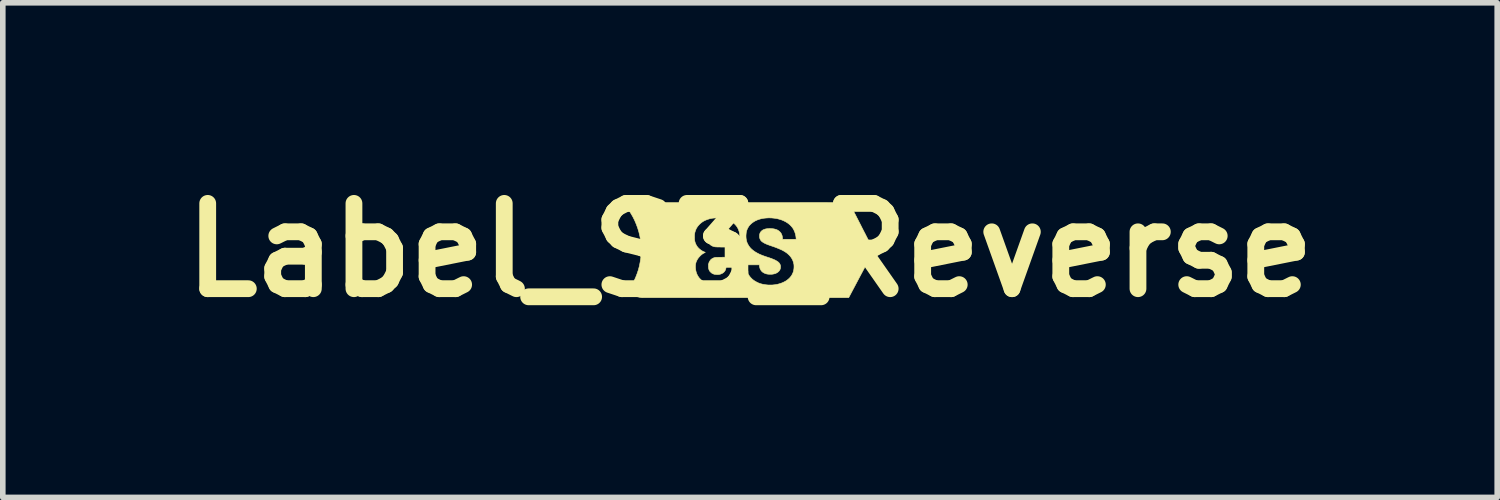
<source format=kicad_pcb>
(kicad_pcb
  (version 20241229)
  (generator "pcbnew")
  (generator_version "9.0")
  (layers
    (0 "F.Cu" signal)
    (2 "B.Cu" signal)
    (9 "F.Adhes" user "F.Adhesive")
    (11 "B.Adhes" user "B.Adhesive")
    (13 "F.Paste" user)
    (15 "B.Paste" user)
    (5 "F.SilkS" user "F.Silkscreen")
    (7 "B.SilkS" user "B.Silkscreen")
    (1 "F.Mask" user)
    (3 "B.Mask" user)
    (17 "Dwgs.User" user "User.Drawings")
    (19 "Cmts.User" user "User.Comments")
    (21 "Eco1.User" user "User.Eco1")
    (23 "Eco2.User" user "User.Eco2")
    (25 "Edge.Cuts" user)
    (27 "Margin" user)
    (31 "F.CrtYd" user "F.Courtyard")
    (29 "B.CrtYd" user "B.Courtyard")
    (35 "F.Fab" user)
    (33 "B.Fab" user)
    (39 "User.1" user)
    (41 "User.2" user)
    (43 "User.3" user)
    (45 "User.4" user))
  (footprint "Label_S3_Reverse"
    (layer "F.Cu")
    (at 10.349 1.418)
    (property "Reference" "Label_S3_Reverse" (at 0 0 0) (layer "F.SilkS") (effects (font (size 1.524 1.524) (thickness 0.3))))
    (attr through_hole)
    (fp_poly (pts (xy -1.055 -0.85) (xy -0.986 -0.85) (xy -0.914 -0.85) (xy -0.838 -0.85) (xy -0.759 -0.85) (xy -0.676 -0.85) (xy -0.589 -0.85) (xy -0.498 -0.85) (xy -0.403 -0.85) (xy -0.304 -0.85) (xy -0.201 -0.85) (xy -0.094 -0.85) (xy -0.073 -0.85) (xy 1.771 -0.849) (xy 1.979 -0.443) (xy 1.999 -0.403) (xy 2.019 -0.364) (xy 2.039 -0.325) (xy 2.058 -0.289) (xy 2.076 -0.253) (xy 2.093 -0.22) (xy 2.109 -0.188) (xy 2.124 -0.158) (xy 2.139 -0.13) (xy 2.151 -0.105) (xy 2.163 -0.083) (xy 2.173 -0.063) (xy 2.181 -0.046) (xy 2.188 -0.033) (xy 2.193 -0.023) (xy 2.197 -0.016) (xy 2.198 -0.014) (xy 2.209 0.008) (xy 1.986 0.428) (xy 1.763 0.849) (xy -0.081 0.849) (xy -0.171 0.849) (xy -0.26 0.849) (xy -0.348 0.849) (xy -0.434 0.849) (xy -0.52 0.849) (xy -0.603 0.849) (xy -0.686 0.849) (xy -0.766 0.849) (xy -0.845 0.849) (xy -0.922 0.849) (xy -0.997 0.849) (xy -1.069 0.849) (xy -1.14 0.849) (xy -1.208 0.849) (xy -1.274 0.849) (xy -1.337 0.849) (xy -1.398 0.849) (xy -1.456 0.849) (xy -1.511 0.849) (xy -1.563 0.849) (xy -1.613 0.849) (xy -1.659 0.849) (xy -1.702 0.849) (xy -1.741 0.849) (xy -1.777 0.849) (xy -1.81 0.849) (xy -1.839 0.849) (xy -1.864 0.849) (xy -1.885 0.849) (xy -1.903 0.849) (xy -1.916 0.849) (xy -1.925 0.849) (xy -1.93 0.849) (xy -1.931 0.849) (xy -1.975 0.842) (xy -2.02 0.832) (xy -2.065 0.82) (xy -2.109 0.806) (xy -2.137 0.795) (xy -2.145 0.792) (xy -2.155 0.788) (xy -2.166 0.783) (xy -2.177 0.778) (xy -2.188 0.774) (xy -2.196 0.77) (xy -2.203 0.766) (xy -2.206 0.765) (xy -2.205 0.763) (xy -2.201 0.758) (xy -2.196 0.751) (xy -2.19 0.743) (xy -2.186 0.738) (xy -2.145 0.679) (xy -2.108 0.617) (xy -2.074 0.554) (xy -2.044 0.489) (xy -2.018 0.422) (xy -1.995 0.354) (xy -1.977 0.285) (xy -1.963 0.214) (xy -1.952 0.143) (xy -1.946 0.072) (xy -1.944 -0.001) (xy -1.946 -0.073) (xy -1.952 -0.145) (xy -1.962 -0.217) (xy -1.965 -0.233) (xy -0.993 -0.233) (xy -0.992 -0.21) (xy -0.991 -0.191) (xy -0.989 -0.174) (xy -0.986 -0.158) (xy -0.982 -0.141) (xy -0.977 -0.127) (xy -0.964 -0.097) (xy -0.947 -0.068) (xy -0.926 -0.042) (xy -0.902 -0.019) (xy -0.875 0.002) (xy -0.844 0.021) (xy -0.812 0.035) (xy -0.799 0.04) (xy -0.817 0.05) (xy -0.839 0.062) (xy -0.858 0.075) (xy -0.876 0.09) (xy -0.888 0.101) (xy -0.913 0.128) (xy -0.934 0.155) (xy -0.95 0.184) (xy -0.963 0.213) (xy -0.971 0.244) (xy -0.975 0.277) (xy -0.975 0.311) (xy -0.974 0.321) (xy -0.972 0.343) (xy -0.969 0.362) (xy -0.965 0.38) (xy -0.96 0.398) (xy -0.957 0.408) (xy -0.944 0.44) (xy -0.927 0.47) (xy -0.907 0.498) (xy -0.883 0.523) (xy -0.856 0.546) (xy -0.826 0.566) (xy -0.793 0.583) (xy -0.758 0.598) (xy -0.72 0.609) (xy -0.713 0.61) (xy -0.695 0.614) (xy -0.675 0.617) (xy -0.653 0.62) (xy -0.633 0.623) (xy -0.622 0.624) (xy -0.61 0.624) (xy -0.595 0.624) (xy -0.578 0.624) (xy -0.56 0.623) (xy -0.543 0.622) (xy -0.527 0.621) (xy -0.514 0.62) (xy -0.508 0.619) (xy -0.466 0.611) (xy -0.427 0.6) (xy -0.39 0.586) (xy -0.356 0.568) (xy -0.324 0.548) (xy -0.296 0.526) (xy -0.271 0.5) (xy -0.249 0.473) (xy -0.23 0.443) (xy -0.221 0.423) (xy -0.215 0.407) (xy -0.21 0.39) (xy -0.205 0.372) (xy -0.202 0.355) (xy -0.2 0.342) (xy -0.199 0.333) (xy -0.198 0.323) (xy -0.197 0.317) (xy -0.196 0.307) (xy -0.428 0.307) (xy -0.429 0.315) (xy -0.432 0.33) (xy -0.435 0.342) (xy -0.439 0.353) (xy -0.443 0.363) (xy -0.444 0.363) (xy -0.456 0.382) (xy -0.471 0.398) (xy -0.49 0.412) (xy -0.512 0.423) (xy -0.537 0.432) (xy -0.538 0.432) (xy -0.549 0.434) (xy -0.564 0.436) (xy -0.58 0.436) (xy -0.597 0.436) (xy -0.613 0.435) (xy -0.628 0.434) (xy -0.637 0.432) (xy -0.658 0.425) (xy -0.677 0.416) (xy -0.694 0.403) (xy -0.703 0.394) (xy -0.717 0.38) (xy -0.727 0.365) (xy -0.734 0.349) (xy -0.739 0.332) (xy -0.742 0.312) (xy -0.743 0.289) (xy -0.743 0.286) (xy -0.742 0.265) (xy -0.742 0.263) (xy -0.074 0.263) (xy -0.072 0.287) (xy -0.068 0.324) (xy -0.06 0.361) (xy -0.047 0.396) (xy -0.031 0.43) (xy -0.012 0.461) (xy 0.011 0.49) (xy 0.037 0.516) (xy 0.04 0.519) (xy 0.072 0.544) (xy 0.107 0.565) (xy 0.144 0.584) (xy 0.184 0.599) (xy 0.226 0.61) (xy 0.271 0.618) (xy 0.317 0.623) (xy 0.364 0.624) (xy 0.403 0.623) (xy 0.45 0.618) (xy 0.494 0.61) (xy 0.536 0.598) (xy 0.576 0.584) (xy 0.612 0.567) (xy 0.646 0.548) (xy 0.677 0.525) (xy 0.704 0.501) (xy 0.728 0.473) (xy 0.731 0.469) (xy 0.74 0.457) (xy 0.749 0.442) (xy 0.757 0.425) (xy 0.765 0.409) (xy 0.771 0.393) (xy 0.775 0.382) (xy 0.781 0.354) (xy 0.785 0.324) (xy 0.786 0.294) (xy 0.785 0.265) (xy 0.783 0.251) (xy 0.775 0.216) (xy 0.763 0.182) (xy 0.747 0.151) (xy 0.727 0.121) (xy 0.703 0.093) (xy 0.675 0.067) (xy 0.657 0.052) (xy 0.637 0.038) (xy 0.617 0.025) (xy 0.594 0.012) (xy 0.57 -0.001) (xy 0.543 -0.013) (xy 0.513 -0.026) (xy 0.481 -0.039) (xy 0.445 -0.053) (xy 0.405 -0.067) (xy 0.384 -0.074) (xy 0.349 -0.086) (xy 0.317 -0.098) (xy 0.289 -0.109) (xy 0.265 -0.12) (xy 0.245 -0.131) (xy 0.227 -0.142) (xy 0.212 -0.153) (xy 0.2 -0.164) (xy 0.19 -0.177) (xy 0.183 -0.189) (xy 0.177 -0.203) (xy 0.172 -0.218) (xy 0.171 -0.226) (xy 0.169 -0.248) (xy 0.17 -0.27) (xy 0.174 -0.291) (xy 0.181 -0.309) (xy 0.186 -0.318) (xy 0.193 -0.328) (xy 0.203 -0.338) (xy 0.213 -0.348) (xy 0.224 -0.356) (xy 0.227 -0.358) (xy 0.248 -0.368) (xy 0.27 -0.376) (xy 0.296 -0.381) (xy 0.324 -0.384) (xy 0.351 -0.385) (xy 0.384 -0.384) (xy 0.414 -0.381) (xy 0.441 -0.376) (xy 0.465 -0.369) (xy 0.488 -0.36) (xy 0.489 -0.359) (xy 0.512 -0.345) (xy 0.532 -0.328) (xy 0.549 -0.309) (xy 0.562 -0.287) (xy 0.572 -0.262) (xy 0.578 -0.234) (xy 0.58 -0.214) (xy 0.581 -0.192) (xy 0.824 -0.192) (xy 0.823 -0.213) (xy 0.818 -0.254) (xy 0.809 -0.293) (xy 0.797 -0.329) (xy 0.781 -0.364) (xy 0.762 -0.396) (xy 0.738 -0.425) (xy 0.711 -0.453) (xy 0.68 -0.478) (xy 0.645 -0.501) (xy 0.611 -0.519) (xy 0.57 -0.537) (xy 0.526 -0.551) (xy 0.48 -0.563) (xy 0.432 -0.57) (xy 0.383 -0.575) (xy 0.333 -0.576) (xy 0.283 -0.573) (xy 0.245 -0.569) (xy 0.202 -0.561) (xy 0.162 -0.55) (xy 0.124 -0.536) (xy 0.088 -0.519) (xy 0.056 -0.499) (xy 0.027 -0.477) (xy 0.015 -0.466) (xy -0.001 -0.45) (xy -0.014 -0.436) (xy -0.024 -0.421) (xy -0.034 -0.405) (xy -0.041 -0.393) (xy -0.052 -0.369) (xy -0.061 -0.344) (xy -0.067 -0.319) (xy -0.07 -0.291) (xy -0.072 -0.265) (xy -0.072 -0.235) (xy -0.07 -0.208) (xy -0.066 -0.182) (xy -0.063 -0.168) (xy -0.053 -0.134) (xy -0.038 -0.103) (xy -0.02 -0.073) (xy 0.001 -0.045) (xy 0.027 -0.018) (xy 0.057 0.007) (xy 0.091 0.031) (xy 0.129 0.053) (xy 0.162 0.07) (xy 0.182 0.079) (xy 0.201 0.087) (xy 0.223 0.096) (xy 0.245 0.104) (xy 0.271 0.113) (xy 0.3 0.123) (xy 0.316 0.128) (xy 0.341 0.136) (xy 0.363 0.144) (xy 0.382 0.15) (xy 0.398 0.157) (xy 0.413 0.163) (xy 0.427 0.169) (xy 0.441 0.175) (xy 0.455 0.182) (xy 0.455 0.182) (xy 0.479 0.196) (xy 0.499 0.209) (xy 0.515 0.223) (xy 0.527 0.238) (xy 0.536 0.254) (xy 0.542 0.271) (xy 0.545 0.289) (xy 0.545 0.292) (xy 0.544 0.315) (xy 0.54 0.336) (xy 0.532 0.355) (xy 0.519 0.373) (xy 0.514 0.379) (xy 0.496 0.395) (xy 0.475 0.408) (xy 0.452 0.419) (xy 0.425 0.426) (xy 0.395 0.431) (xy 0.377 0.432) (xy 0.344 0.432) (xy 0.313 0.429) (xy 0.284 0.423) (xy 0.259 0.413) (xy 0.236 0.401) (xy 0.216 0.386) (xy 0.2 0.368) (xy 0.187 0.348) (xy 0.177 0.325) (xy 0.171 0.299) (xy 0.168 0.281) (xy 0.167 0.263) (xy -0.074 0.263) (xy -0.742 0.263) (xy -0.74 0.247) (xy -0.736 0.232) (xy -0.731 0.217) (xy -0.725 0.206) (xy -0.712 0.185) (xy -0.697 0.167) (xy -0.678 0.153) (xy -0.657 0.142) (xy -0.635 0.134) (xy -0.63 0.133) (xy -0.625 0.132) (xy -0.62 0.131) (xy -0.614 0.13) (xy -0.606 0.13) (xy -0.596 0.129) (xy -0.584 0.129) (xy -0.568 0.129) (xy -0.549 0.128) (xy -0.532 0.128) (xy -0.447 0.127) (xy -0.447 -0.054) (xy -0.534 -0.055) (xy -0.556 -0.056) (xy -0.574 -0.056) (xy -0.589 -0.056) (xy -0.601 -0.057) (xy -0.61 -0.057) (xy -0.618 -0.058) (xy -0.624 -0.058) (xy -0.629 -0.059) (xy -0.634 -0.06) (xy -0.64 -0.061) (xy -0.643 -0.062) (xy -0.67 -0.071) (xy -0.693 -0.083) (xy -0.713 -0.098) (xy -0.729 -0.115) (xy -0.742 -0.135) (xy -0.752 -0.158) (xy -0.756 -0.174) (xy -0.759 -0.19) (xy -0.761 -0.208) (xy -0.762 -0.227) (xy -0.761 -0.245) (xy -0.759 -0.261) (xy -0.759 -0.265) (xy -0.752 -0.29) (xy -0.741 -0.313) (xy -0.727 -0.333) (xy -0.71 -0.35) (xy -0.69 -0.364) (xy -0.667 -0.375) (xy -0.641 -0.383) (xy -0.614 -0.387) (xy -0.583 -0.388) (xy -0.574 -0.388) (xy -0.546 -0.385) (xy -0.519 -0.378) (xy -0.495 -0.367) (xy -0.473 -0.354) (xy -0.453 -0.337) (xy -0.442 -0.323) (xy -0.43 -0.304) (xy -0.421 -0.283) (xy -0.417 -0.262) (xy -0.416 -0.253) (xy -0.415 -0.246) (xy -0.414 -0.242) (xy -0.414 -0.241) (xy -0.413 -0.241) (xy -0.41 -0.24) (xy -0.405 -0.24) (xy -0.397 -0.239) (xy -0.386 -0.239) (xy -0.372 -0.239) (xy -0.355 -0.239) (xy -0.334 -0.239) (xy -0.309 -0.239) (xy -0.298 -0.238) (xy -0.183 -0.238) (xy -0.184 -0.262) (xy -0.188 -0.3) (xy -0.196 -0.336) (xy -0.208 -0.37) (xy -0.224 -0.402) (xy -0.244 -0.432) (xy -0.268 -0.459) (xy -0.296 -0.485) (xy -0.297 -0.486) (xy -0.328 -0.508) (xy -0.362 -0.528) (xy -0.399 -0.544) (xy -0.438 -0.557) (xy -0.479 -0.567) (xy -0.522 -0.573) (xy -0.567 -0.576) (xy -0.613 -0.575) (xy -0.66 -0.571) (xy -0.676 -0.569) (xy -0.717 -0.561) (xy -0.756 -0.549) (xy -0.793 -0.535) (xy -0.828 -0.518) (xy -0.86 -0.497) (xy -0.889 -0.474) (xy -0.914 -0.449) (xy -0.937 -0.421) (xy -0.956 -0.392) (xy -0.96 -0.383) (xy -0.971 -0.36) (xy -0.979 -0.336) (xy -0.986 -0.312) (xy -0.99 -0.287) (xy -0.992 -0.259) (xy -0.993 -0.233) (xy -1.965 -0.233) (xy -1.97 -0.257) (xy -1.987 -0.327) (xy -2.008 -0.396) (xy -2.033 -0.464) (xy -2.061 -0.53) (xy -2.093 -0.594) (xy -2.129 -0.656) (xy -2.167 -0.715) (xy -2.187 -0.741) (xy -2.194 -0.752) (xy -2.199 -0.759) (xy -2.201 -0.764) (xy -2.202 -0.766) (xy -2.201 -0.767) (xy -2.198 -0.768) (xy -2.192 -0.771) (xy -2.183 -0.775) (xy -2.173 -0.78) (xy -2.165 -0.783) (xy -2.123 -0.8) (xy -2.079 -0.815) (xy -2.032 -0.828) (xy -1.986 -0.839) (xy -1.947 -0.846) (xy -1.945 -0.846) (xy -1.943 -0.846) (xy -1.941 -0.847) (xy -1.939 -0.847) (xy -1.936 -0.847) (xy -1.933 -0.847) (xy -1.929 -0.847) (xy -1.925 -0.848) (xy -1.92 -0.848) (xy -1.914 -0.848) (xy -1.907 -0.848) (xy -1.899 -0.848) (xy -1.89 -0.848) (xy -1.88 -0.849) (xy -1.869 -0.849) (xy -1.856 -0.849) (xy -1.842 -0.849) (xy -1.827 -0.849) (xy -1.809 -0.849) (xy -1.791 -0.849) (xy -1.77 -0.849) (xy -1.747 -0.849) (xy -1.722 -0.849) (xy -1.696 -0.85) (xy -1.667 -0.85) (xy -1.636 -0.85) (xy -1.602 -0.85) (xy -1.567 -0.85) (xy -1.528 -0.85) (xy -1.487 -0.85) (xy -1.443 -0.85) (xy -1.397 -0.85) (xy -1.348 -0.85) (xy -1.295 -0.85) (xy -1.24 -0.85) (xy -1.181 -0.85) (xy -1.12 -0.85) (xy -1.055 -0.85)) (stroke (width 0.01) (type solid)) (fill yes) (layer "F.SilkS")))
  (gr_rect
    (start -3 -3)
    (end 23.697 5.836)
    (stroke (width 0.1) (type default))
    (fill no)
    (layer "Edge.Cuts")))
</source>
